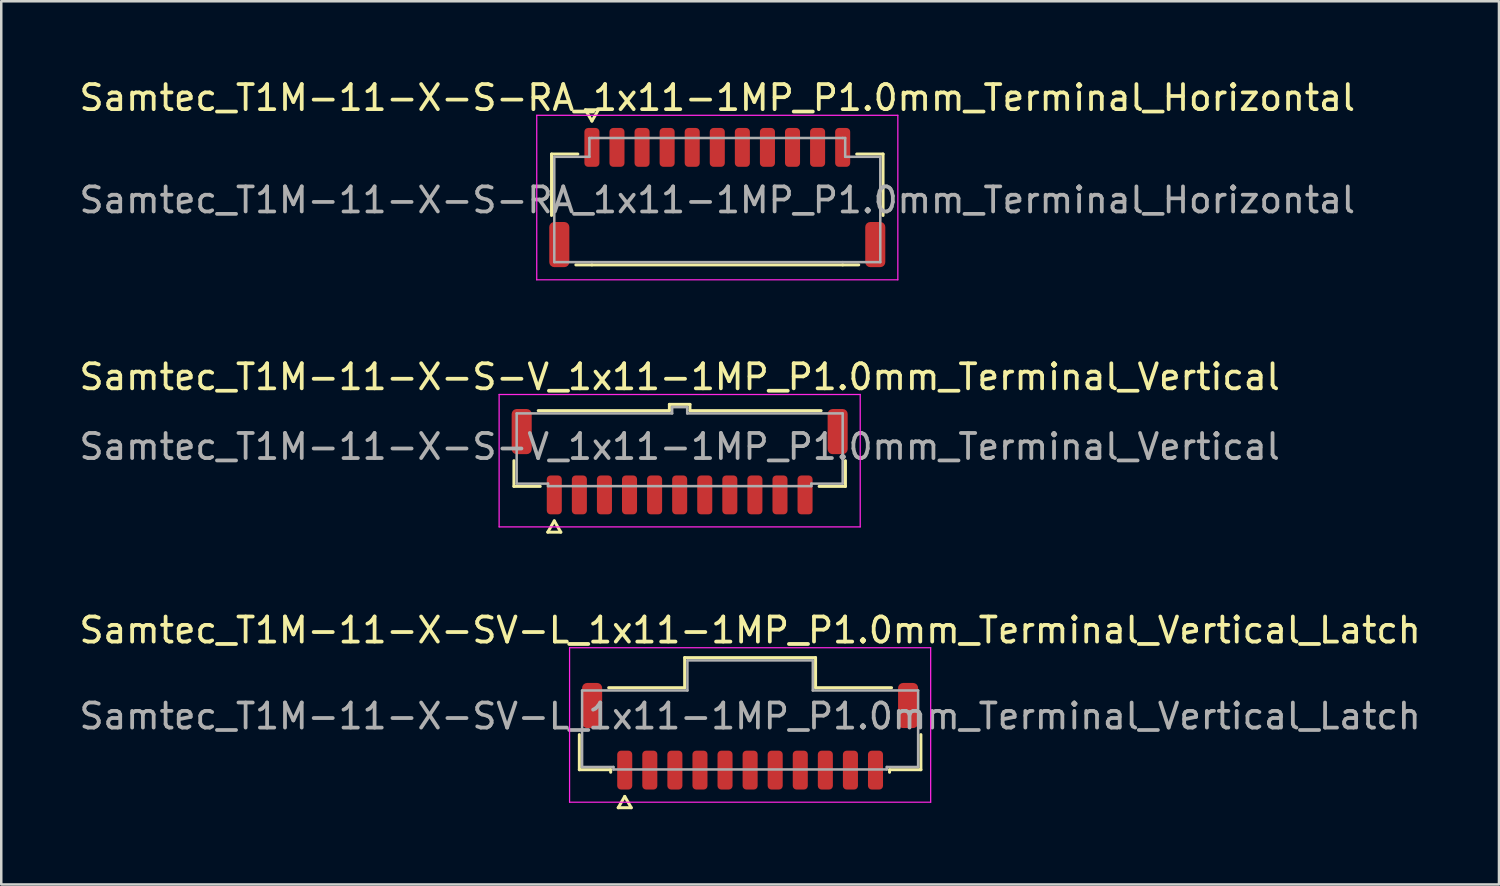
<source format=kicad_pcb>
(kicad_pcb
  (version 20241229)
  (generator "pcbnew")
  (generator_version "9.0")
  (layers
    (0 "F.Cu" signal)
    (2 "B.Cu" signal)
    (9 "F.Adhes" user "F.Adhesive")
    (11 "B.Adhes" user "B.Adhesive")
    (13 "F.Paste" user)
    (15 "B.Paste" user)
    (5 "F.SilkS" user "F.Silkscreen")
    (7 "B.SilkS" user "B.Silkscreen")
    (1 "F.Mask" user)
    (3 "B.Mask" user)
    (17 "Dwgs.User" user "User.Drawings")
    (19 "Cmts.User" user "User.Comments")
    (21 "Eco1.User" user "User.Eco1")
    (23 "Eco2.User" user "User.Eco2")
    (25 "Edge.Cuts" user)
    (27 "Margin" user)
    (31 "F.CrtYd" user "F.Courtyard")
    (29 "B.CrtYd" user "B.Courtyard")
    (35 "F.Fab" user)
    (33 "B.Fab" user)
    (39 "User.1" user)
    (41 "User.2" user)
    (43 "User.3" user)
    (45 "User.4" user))
  (footprint "Samtec_T1M-11-X-S-RA_1x11-1MP_P1.0mm_Terminal_Horizontal"
    (layer "F.Cu")
    (at 25.554 4.928)
    (property "Reference" "Samtec_T1M-11-X-S-RA_1x11-1MP_P1.0mm_Terminal_Horizontal" (at 0 -4.08 0) (layer "F.SilkS") (effects (font (size 1 1) (thickness 0.15))))
    (attr smd)
    (fp_line (start -6.61 -1.835) (end -5.56 -1.835) (stroke (width 0.12) (type solid)) (layer "F.SilkS"))
    (fp_line (start -6.61 0.615) (end -6.61 -1.835) (stroke (width 0.12) (type solid)) (layer "F.SilkS"))
    (fp_line (start -5.26 -3.6) (end -5 -3.15) (stroke (width 0.12) (type solid)) (layer "F.SilkS"))
    (fp_line (start -5 -3.15) (end -4.74 -3.6) (stroke (width 0.12) (type solid)) (layer "F.SilkS"))
    (fp_line (start -5 2.585) (end -5.64 2.585) (stroke (width 0.12) (type solid)) (layer "F.SilkS"))
    (fp_line (start -4.74 -3.6) (end -5.26 -3.6) (stroke (width 0.12) (type solid)) (layer "F.SilkS"))
    (fp_line (start 5 2.585) (end -5 2.585) (stroke (width 0.12) (type solid)) (layer "F.SilkS"))
    (fp_line (start 5.56 -1.835) (end 6.61 -1.835) (stroke (width 0.12) (type solid)) (layer "F.SilkS"))
    (fp_line (start 5.64 2.585) (end 5 2.585) (stroke (width 0.12) (type solid)) (layer "F.SilkS"))
    (fp_line (start 6.61 -1.835) (end 6.61 0.615) (stroke (width 0.12) (type solid)) (layer "F.SilkS"))
    (fp_line (start -7.2 -3.38) (end -7.2 3.18) (stroke (width 0.05) (type solid)) (layer "F.CrtYd"))
    (fp_line (start -7.2 3.18) (end 7.2 3.18) (stroke (width 0.05) (type solid)) (layer "F.CrtYd"))
    (fp_line (start 7.2 -3.38) (end -7.2 -3.38) (stroke (width 0.05) (type solid)) (layer "F.CrtYd"))
    (fp_line (start 7.2 3.18) (end 7.2 -3.38) (stroke (width 0.05) (type solid)) (layer "F.CrtYd"))
    (fp_line (start -6.5 -1.725) (end -5.1 -1.725) (stroke (width 0.1) (type solid)) (layer "F.Fab"))
    (fp_line (start -6.5 2.475) (end -6.5 -1.725) (stroke (width 0.1) (type solid)) (layer "F.Fab"))
    (fp_line (start -5.1 -2.475) (end -5 -2.475) (stroke (width 0.1) (type solid)) (layer "F.Fab"))
    (fp_line (start -5.1 -1.725) (end -5.1 -2.475) (stroke (width 0.1) (type solid)) (layer "F.Fab"))
    (fp_line (start -5 -2.475) (end 5 -2.475) (stroke (width 0.1) (type solid)) (layer "F.Fab"))
    (fp_line (start -5 2.475) (end -6.5 2.475) (stroke (width 0.1) (type solid)) (layer "F.Fab"))
    (fp_line (start 5 -2.475) (end 5.1 -2.475) (stroke (width 0.1) (type solid)) (layer "F.Fab"))
    (fp_line (start 5 2.475) (end -5 2.475) (stroke (width 0.1) (type solid)) (layer "F.Fab"))
    (fp_line (start 5.1 -2.475) (end 5.1 -1.725) (stroke (width 0.1) (type solid)) (layer "F.Fab"))
    (fp_line (start 5.1 -1.725) (end 6.5 -1.725) (stroke (width 0.1) (type solid)) (layer "F.Fab"))
    (fp_line (start 6.5 -1.725) (end 6.5 2.475) (stroke (width 0.1) (type solid)) (layer "F.Fab"))
    (fp_line (start 6.5 2.475) (end 5 2.475) (stroke (width 0.1) (type solid)) (layer "F.Fab"))
    (fp_text user "${REFERENCE}" (at 0 0 0) (layer "F.Fab") (effects (font (size 1 1) (thickness 0.15))))
    (pad "1" smd roundrect (at -5 -2.1) (size 0.6 1.55) (layers "F.Cu" "F.Mask" "F.Paste") (roundrect_rratio 0.25))
    (pad "2" smd roundrect (at -4 -2.1) (size 0.6 1.55) (layers "F.Cu" "F.Mask" "F.Paste") (roundrect_rratio 0.25))
    (pad "3" smd roundrect (at -3 -2.1) (size 0.6 1.55) (layers "F.Cu" "F.Mask" "F.Paste") (roundrect_rratio 0.25))
    (pad "4" smd roundrect (at -2 -2.1) (size 0.6 1.55) (layers "F.Cu" "F.Mask" "F.Paste") (roundrect_rratio 0.25))
    (pad "5" smd roundrect (at -1 -2.1) (size 0.6 1.55) (layers "F.Cu" "F.Mask" "F.Paste") (roundrect_rratio 0.25))
    (pad "6" smd roundrect (at 0 -2.1) (size 0.6 1.55) (layers "F.Cu" "F.Mask" "F.Paste") (roundrect_rratio 0.25))
    (pad "7" smd roundrect (at 1 -2.1) (size 0.6 1.55) (layers "F.Cu" "F.Mask" "F.Paste") (roundrect_rratio 0.25))
    (pad "8" smd roundrect (at 2 -2.1) (size 0.6 1.55) (layers "F.Cu" "F.Mask" "F.Paste") (roundrect_rratio 0.25))
    (pad "9" smd roundrect (at 3 -2.1) (size 0.6 1.55) (layers "F.Cu" "F.Mask" "F.Paste") (roundrect_rratio 0.25))
    (pad "10" smd roundrect (at 4 -2.1) (size 0.6 1.55) (layers "F.Cu" "F.Mask" "F.Paste") (roundrect_rratio 0.25))
    (pad "11" smd roundrect (at 5 -2.1) (size 0.6 1.55) (layers "F.Cu" "F.Mask" "F.Paste") (roundrect_rratio 0.25))
    (pad "MP" smd roundrect (at -6.3 1.775) (size 0.8 1.8) (layers "F.Cu" "F.Mask" "F.Paste") (roundrect_rratio 0.25))
    (pad "MP" smd roundrect (at 6.3 1.775) (size 0.8 1.8) (layers "F.Cu" "F.Mask" "F.Paste") (roundrect_rratio 0.25)))
  (footprint "Samtec_T1M-11-X-S-V_1x11-1MP_P1.0mm_Terminal_Vertical"
    (layer "F.Cu")
    (at 24.054 14.761)
    (property "Reference" "Samtec_T1M-11-X-S-V_1x11-1MP_P1.0mm_Terminal_Vertical" (at 0 -2.78 0) (layer "F.SilkS") (effects (font (size 1 1) (thickness 0.15))))
    (attr smd)
    (fp_line (start -6.61 1.585) (end -6.61 0.56) (stroke (width 0.12) (type solid)) (layer "F.SilkS"))
    (fp_line (start -5.64 -1.435) (end -0.41 -1.435) (stroke (width 0.12) (type solid)) (layer "F.SilkS"))
    (fp_line (start -5.56 1.585) (end -6.61 1.585) (stroke (width 0.12) (type solid)) (layer "F.SilkS"))
    (fp_line (start -5.26 3.41) (end -5 2.96) (stroke (width 0.12) (type solid)) (layer "F.SilkS"))
    (fp_line (start -5 2.96) (end -4.74 3.41) (stroke (width 0.12) (type solid)) (layer "F.SilkS"))
    (fp_line (start -4.74 3.41) (end -5.26 3.41) (stroke (width 0.12) (type solid)) (layer "F.SilkS"))
    (fp_line (start -0.41 -1.685) (end 0.41 -1.685) (stroke (width 0.12) (type solid)) (layer "F.SilkS"))
    (fp_line (start -0.41 -1.435) (end -0.41 -1.685) (stroke (width 0.12) (type solid)) (layer "F.SilkS"))
    (fp_line (start 0.41 -1.685) (end 0.41 -1.435) (stroke (width 0.12) (type solid)) (layer "F.SilkS"))
    (fp_line (start 0.41 -1.435) (end 5.64 -1.435) (stroke (width 0.12) (type solid)) (layer "F.SilkS"))
    (fp_line (start 6.61 0.56) (end 6.61 1.585) (stroke (width 0.12) (type solid)) (layer "F.SilkS"))
    (fp_line (start 6.61 1.585) (end 5.56 1.585) (stroke (width 0.12) (type solid)) (layer "F.SilkS"))
    (fp_line (start -7.2 -2.08) (end -7.2 3.2) (stroke (width 0.05) (type solid)) (layer "F.CrtYd"))
    (fp_line (start -7.2 3.2) (end 7.2 3.2) (stroke (width 0.05) (type solid)) (layer "F.CrtYd"))
    (fp_line (start 7.2 -2.08) (end -7.2 -2.08) (stroke (width 0.05) (type solid)) (layer "F.CrtYd"))
    (fp_line (start 7.2 3.2) (end 7.2 -2.08) (stroke (width 0.05) (type solid)) (layer "F.CrtYd"))
    (fp_line (start -6.5 -1.325) (end -0.3 -1.325) (stroke (width 0.1) (type solid)) (layer "F.Fab"))
    (fp_line (start -6.5 1.475) (end -6.5 -1.325) (stroke (width 0.1) (type solid)) (layer "F.Fab"))
    (fp_line (start -5.25 1.475) (end -6.5 1.475) (stroke (width 0.1) (type solid)) (layer "F.Fab"))
    (fp_line (start -5.25 1.575) (end -5.25 1.475) (stroke (width 0.1) (type solid)) (layer "F.Fab"))
    (fp_line (start -0.3 -1.575) (end 0.3 -1.575) (stroke (width 0.1) (type solid)) (layer "F.Fab"))
    (fp_line (start -0.3 -1.325) (end -0.3 -1.575) (stroke (width 0.1) (type solid)) (layer "F.Fab"))
    (fp_line (start 0.3 -1.575) (end 0.3 -1.325) (stroke (width 0.1) (type solid)) (layer "F.Fab"))
    (fp_line (start 0.3 -1.325) (end 6.5 -1.325) (stroke (width 0.1) (type solid)) (layer "F.Fab"))
    (fp_line (start 5.25 1.475) (end 5.25 1.575) (stroke (width 0.1) (type solid)) (layer "F.Fab"))
    (fp_line (start 5.25 1.575) (end -5.25 1.575) (stroke (width 0.1) (type solid)) (layer "F.Fab"))
    (fp_line (start 6.5 -1.325) (end 6.5 1.475) (stroke (width 0.1) (type solid)) (layer "F.Fab"))
    (fp_line (start 6.5 1.475) (end 5.25 1.475) (stroke (width 0.1) (type solid)) (layer "F.Fab"))
    (fp_text user "${REFERENCE}" (at 0 0 0) (layer "F.Fab") (effects (font (size 1 1) (thickness 0.15))))
    (pad "1" smd roundrect (at -5 1.925) (size 0.6 1.55) (layers "F.Cu" "F.Mask" "F.Paste") (roundrect_rratio 0.25))
    (pad "2" smd roundrect (at -4 1.925) (size 0.6 1.55) (layers "F.Cu" "F.Mask" "F.Paste") (roundrect_rratio 0.25))
    (pad "3" smd roundrect (at -3 1.925) (size 0.6 1.55) (layers "F.Cu" "F.Mask" "F.Paste") (roundrect_rratio 0.25))
    (pad "4" smd roundrect (at -2 1.925) (size 0.6 1.55) (layers "F.Cu" "F.Mask" "F.Paste") (roundrect_rratio 0.25))
    (pad "5" smd roundrect (at -1 1.925) (size 0.6 1.55) (layers "F.Cu" "F.Mask" "F.Paste") (roundrect_rratio 0.25))
    (pad "6" smd roundrect (at 0 1.925) (size 0.6 1.55) (layers "F.Cu" "F.Mask" "F.Paste") (roundrect_rratio 0.25))
    (pad "7" smd roundrect (at 1 1.925) (size 0.6 1.55) (layers "F.Cu" "F.Mask" "F.Paste") (roundrect_rratio 0.25))
    (pad "8" smd roundrect (at 2 1.925) (size 0.6 1.55) (layers "F.Cu" "F.Mask" "F.Paste") (roundrect_rratio 0.25))
    (pad "9" smd roundrect (at 3 1.925) (size 0.6 1.55) (layers "F.Cu" "F.Mask" "F.Paste") (roundrect_rratio 0.25))
    (pad "10" smd roundrect (at 4 1.925) (size 0.6 1.55) (layers "F.Cu" "F.Mask" "F.Paste") (roundrect_rratio 0.25))
    (pad "11" smd roundrect (at 5 1.925) (size 0.6 1.55) (layers "F.Cu" "F.Mask" "F.Paste") (roundrect_rratio 0.25))
    (pad "MP" smd roundrect (at -6.3 -0.6) (size 0.8 1.8) (layers "F.Cu" "F.Mask" "F.Paste") (roundrect_rratio 0.25))
    (pad "MP" smd roundrect (at 6.3 -0.6) (size 0.8 1.8) (layers "F.Cu" "F.Mask" "F.Paste") (roundrect_rratio 0.25)))
  (footprint "Samtec_T1M-11-X-SV-L_1x11-1MP_P1.0mm_Terminal_Vertical_Latch"
    (layer "F.Cu")
    (at 26.863 25.51)
    (property "Reference" "Samtec_T1M-11-X-SV-L_1x11-1MP_P1.0mm_Terminal_Vertical_Latch" (at 0 -3.43 0) (layer "F.SilkS") (effects (font (size 1 1) (thickness 0.15))))
    (attr smd)
    (fp_line (start -6.81 2.135) (end -6.81 0.735) (stroke (width 0.12) (type solid)) (layer "F.SilkS"))
    (fp_line (start -5.64 -1.135) (end -2.61 -1.135) (stroke (width 0.12) (type solid)) (layer "F.SilkS"))
    (fp_line (start -5.56 2.135) (end -6.81 2.135) (stroke (width 0.12) (type solid)) (layer "F.SilkS"))
    (fp_line (start -5.56 2.235) (end -5.56 2.135) (stroke (width 0.12) (type solid)) (layer "F.SilkS"))
    (fp_line (start -5.26 3.65) (end -5 3.2) (stroke (width 0.12) (type solid)) (layer "F.SilkS"))
    (fp_line (start -5 3.2) (end -4.74 3.65) (stroke (width 0.12) (type solid)) (layer "F.SilkS"))
    (fp_line (start -4.74 3.65) (end -5.26 3.65) (stroke (width 0.12) (type solid)) (layer "F.SilkS"))
    (fp_line (start -2.61 -2.335) (end 2.61 -2.335) (stroke (width 0.12) (type solid)) (layer "F.SilkS"))
    (fp_line (start -2.61 -1.135) (end -2.61 -2.335) (stroke (width 0.12) (type solid)) (layer "F.SilkS"))
    (fp_line (start 2.61 -2.335) (end 2.61 -1.135) (stroke (width 0.12) (type solid)) (layer "F.SilkS"))
    (fp_line (start 2.61 -1.135) (end 5.64 -1.135) (stroke (width 0.12) (type solid)) (layer "F.SilkS"))
    (fp_line (start 5.56 2.135) (end 5.56 2.235) (stroke (width 0.12) (type solid)) (layer "F.SilkS"))
    (fp_line (start 6.81 0.735) (end 6.81 2.135) (stroke (width 0.12) (type solid)) (layer "F.SilkS"))
    (fp_line (start 6.81 2.135) (end 5.56 2.135) (stroke (width 0.12) (type solid)) (layer "F.SilkS"))
    (fp_line (start -7.2 -2.73) (end -7.2 3.43) (stroke (width 0.05) (type solid)) (layer "F.CrtYd"))
    (fp_line (start -7.2 3.43) (end 7.2 3.43) (stroke (width 0.05) (type solid)) (layer "F.CrtYd"))
    (fp_line (start 7.2 -2.73) (end -7.2 -2.73) (stroke (width 0.05) (type solid)) (layer "F.CrtYd"))
    (fp_line (start 7.2 3.43) (end 7.2 -2.73) (stroke (width 0.05) (type solid)) (layer "F.CrtYd"))
    (fp_line (start -6.7 -1.025) (end -2.5 -1.025) (stroke (width 0.1) (type solid)) (layer "F.Fab"))
    (fp_line (start -6.7 2.025) (end -6.7 -1.025) (stroke (width 0.1) (type solid)) (layer "F.Fab"))
    (fp_line (start -5.45 2.025) (end -6.7 2.025) (stroke (width 0.1) (type solid)) (layer "F.Fab"))
    (fp_line (start -5.45 2.125) (end -5.45 2.025) (stroke (width 0.1) (type solid)) (layer "F.Fab"))
    (fp_line (start -2.5 -2.225) (end 2.5 -2.225) (stroke (width 0.1) (type solid)) (layer "F.Fab"))
    (fp_line (start -2.5 -1.025) (end -2.5 -2.225) (stroke (width 0.1) (type solid)) (layer "F.Fab"))
    (fp_line (start 2.5 -2.225) (end 2.5 -1.025) (stroke (width 0.1) (type solid)) (layer "F.Fab"))
    (fp_line (start 2.5 -1.025) (end 6.7 -1.025) (stroke (width 0.1) (type solid)) (layer "F.Fab"))
    (fp_line (start 5.45 2.025) (end 5.45 2.125) (stroke (width 0.1) (type solid)) (layer "F.Fab"))
    (fp_line (start 5.45 2.125) (end -5.45 2.125) (stroke (width 0.1) (type solid)) (layer "F.Fab"))
    (fp_line (start 6.7 -1.025) (end 6.7 2.025) (stroke (width 0.1) (type solid)) (layer "F.Fab"))
    (fp_line (start 6.7 2.025) (end 5.45 2.025) (stroke (width 0.1) (type solid)) (layer "F.Fab"))
    (fp_text user "${REFERENCE}" (at 0 0 0) (layer "F.Fab") (effects (font (size 1 1) (thickness 0.15))))
    (pad "1" smd roundrect (at -5 2.15) (size 0.6 1.55) (layers "F.Cu" "F.Mask" "F.Paste") (roundrect_rratio 0.25))
    (pad "2" smd roundrect (at -4 2.15) (size 0.6 1.55) (layers "F.Cu" "F.Mask" "F.Paste") (roundrect_rratio 0.25))
    (pad "3" smd roundrect (at -3 2.15) (size 0.6 1.55) (layers "F.Cu" "F.Mask" "F.Paste") (roundrect_rratio 0.25))
    (pad "4" smd roundrect (at -2 2.15) (size 0.6 1.55) (layers "F.Cu" "F.Mask" "F.Paste") (roundrect_rratio 0.25))
    (pad "5" smd roundrect (at -1 2.15) (size 0.6 1.55) (layers "F.Cu" "F.Mask" "F.Paste") (roundrect_rratio 0.25))
    (pad "6" smd roundrect (at 0 2.15) (size 0.6 1.55) (layers "F.Cu" "F.Mask" "F.Paste") (roundrect_rratio 0.25))
    (pad "7" smd roundrect (at 1 2.15) (size 0.6 1.55) (layers "F.Cu" "F.Mask" "F.Paste") (roundrect_rratio 0.25))
    (pad "8" smd roundrect (at 2 2.15) (size 0.6 1.55) (layers "F.Cu" "F.Mask" "F.Paste") (roundrect_rratio 0.25))
    (pad "9" smd roundrect (at 3 2.15) (size 0.6 1.55) (layers "F.Cu" "F.Mask" "F.Paste") (roundrect_rratio 0.25))
    (pad "10" smd roundrect (at 4 2.15) (size 0.6 1.55) (layers "F.Cu" "F.Mask" "F.Paste") (roundrect_rratio 0.25))
    (pad "11" smd roundrect (at 5 2.15) (size 0.6 1.55) (layers "F.Cu" "F.Mask" "F.Paste") (roundrect_rratio 0.25))
    (pad "MP" smd roundrect (at -6.3 -0.425) (size 0.8 1.8) (layers "F.Cu" "F.Mask" "F.Paste") (roundrect_rratio 0.25))
    (pad "MP" smd roundrect (at 6.3 -0.425) (size 0.8 1.8) (layers "F.Cu" "F.Mask" "F.Paste") (roundrect_rratio 0.25)))
  (gr_rect
    (start -3 -3)
    (end 56.726 32.22)
    (stroke (width 0.1) (type default))
    (fill no)
    (layer "Edge.Cuts")))
</source>
